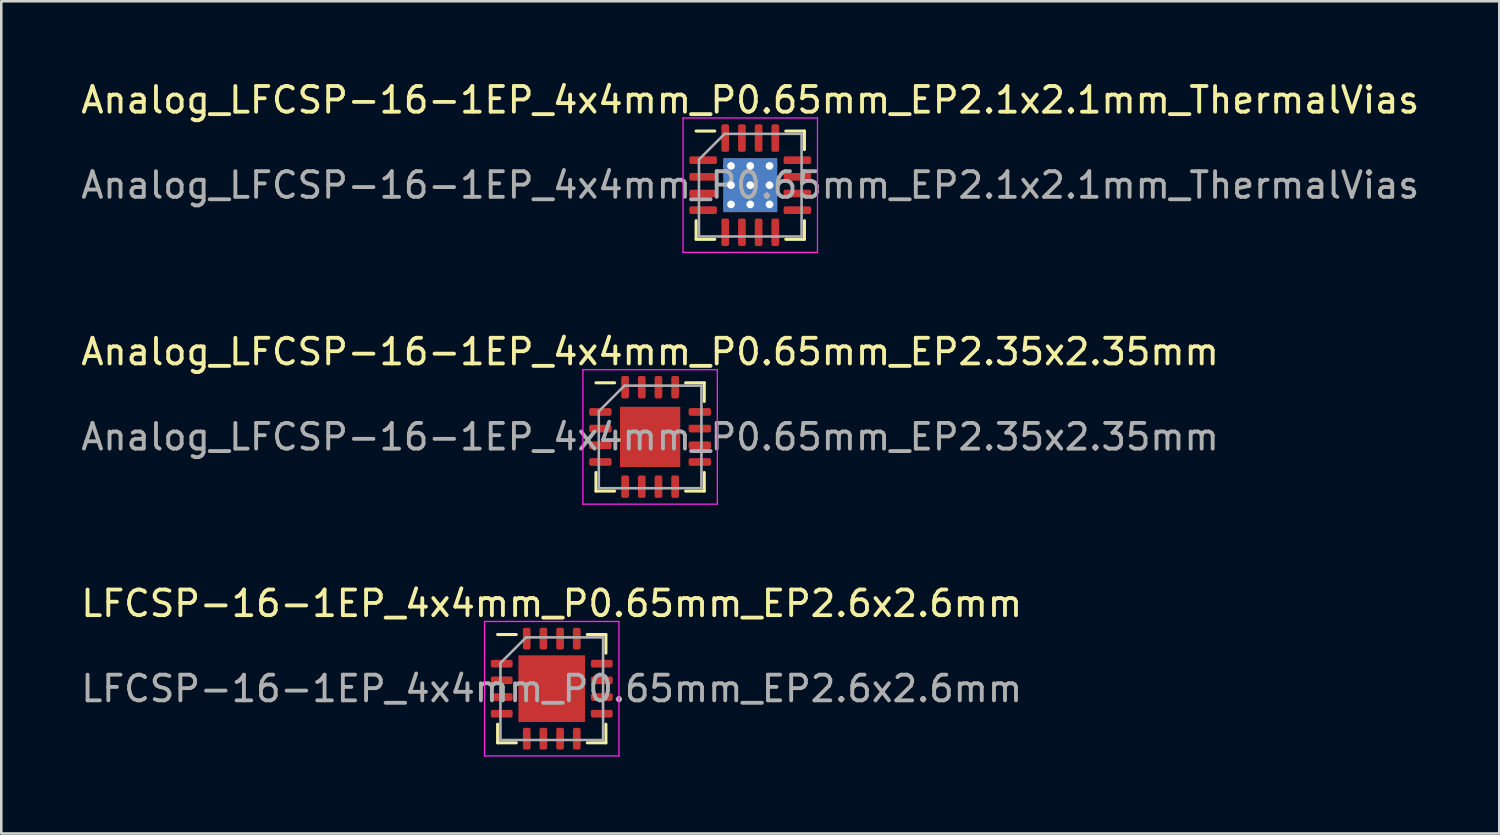
<source format=kicad_pcb>
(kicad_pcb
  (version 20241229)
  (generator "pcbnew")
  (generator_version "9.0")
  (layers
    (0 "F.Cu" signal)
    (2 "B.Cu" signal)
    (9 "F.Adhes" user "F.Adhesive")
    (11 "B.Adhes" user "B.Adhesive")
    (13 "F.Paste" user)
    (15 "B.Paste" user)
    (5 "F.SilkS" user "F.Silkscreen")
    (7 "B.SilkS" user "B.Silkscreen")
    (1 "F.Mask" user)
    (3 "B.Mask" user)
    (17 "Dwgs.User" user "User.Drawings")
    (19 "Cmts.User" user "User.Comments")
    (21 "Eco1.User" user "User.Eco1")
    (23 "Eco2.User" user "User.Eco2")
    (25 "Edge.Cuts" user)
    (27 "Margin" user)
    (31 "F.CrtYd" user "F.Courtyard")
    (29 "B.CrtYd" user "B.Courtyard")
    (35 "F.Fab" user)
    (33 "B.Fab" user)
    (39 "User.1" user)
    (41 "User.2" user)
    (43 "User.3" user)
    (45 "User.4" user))
  (footprint "Analog_LFCSP-16-1EP_4x4mm_P0.65mm_EP2.1x2.1mm_ThermalVias"
    (layer "F.Cu")
    (at 26.196 4.168)
    (property "Reference" "Analog_LFCSP-16-1EP_4x4mm_P0.65mm_EP2.1x2.1mm_ThermalVias" (at 0 -3.32 0) (layer "F.SilkS") (effects (font (size 1 1) (thickness 0.15))))
    (attr smd)
    (fp_line (start -2.11 2.11) (end -2.11 1.385) (stroke (width 0.12) (type solid)) (layer "F.SilkS"))
    (fp_line (start -1.385 -2.11) (end -2.11 -2.11) (stroke (width 0.12) (type solid)) (layer "F.SilkS"))
    (fp_line (start -1.385 2.11) (end -2.11 2.11) (stroke (width 0.12) (type solid)) (layer "F.SilkS"))
    (fp_line (start 1.385 -2.11) (end 2.11 -2.11) (stroke (width 0.12) (type solid)) (layer "F.SilkS"))
    (fp_line (start 1.385 2.11) (end 2.11 2.11) (stroke (width 0.12) (type solid)) (layer "F.SilkS"))
    (fp_line (start 2.11 -2.11) (end 2.11 -1.385) (stroke (width 0.12) (type solid)) (layer "F.SilkS"))
    (fp_line (start 2.11 2.11) (end 2.11 1.385) (stroke (width 0.12) (type solid)) (layer "F.SilkS"))
    (fp_line (start -2.62 -2.62) (end -2.62 2.62) (stroke (width 0.05) (type solid)) (layer "F.CrtYd"))
    (fp_line (start -2.62 2.62) (end 2.62 2.62) (stroke (width 0.05) (type solid)) (layer "F.CrtYd"))
    (fp_line (start 2.62 -2.62) (end -2.62 -2.62) (stroke (width 0.05) (type solid)) (layer "F.CrtYd"))
    (fp_line (start 2.62 2.62) (end 2.62 -2.62) (stroke (width 0.05) (type solid)) (layer "F.CrtYd"))
    (fp_line (start -2 -1) (end -1 -2) (stroke (width 0.1) (type solid)) (layer "F.Fab"))
    (fp_line (start -2 2) (end -2 -1) (stroke (width 0.1) (type solid)) (layer "F.Fab"))
    (fp_line (start -1 -2) (end 2 -2) (stroke (width 0.1) (type solid)) (layer "F.Fab"))
    (fp_line (start 2 -2) (end 2 2) (stroke (width 0.1) (type solid)) (layer "F.Fab"))
    (fp_line (start 2 2) (end -2 2) (stroke (width 0.1) (type solid)) (layer "F.Fab"))
    (fp_text user "${REFERENCE}" (at 0 0 0) (layer "F.Fab") (effects (font (size 1 1) (thickness 0.15))))
    (pad "" smd roundrect (at -0.525 -0.525) (size 0.91 0.91) (layers "F.Paste") (roundrect_rratio 0.25))
    (pad "" smd roundrect (at -0.525 0.525) (size 0.91 0.91) (layers "F.Paste") (roundrect_rratio 0.25))
    (pad "" smd roundrect (at 0.525 -0.525) (size 0.91 0.91) (layers "F.Paste") (roundrect_rratio 0.25))
    (pad "" smd roundrect (at 0.525 0.525) (size 0.91 0.91) (layers "F.Paste") (roundrect_rratio 0.25))
    (pad "1" smd roundrect (at -1.837 -0.975) (size 1.075 0.3) (layers "F.Cu" "F.Mask" "F.Paste") (roundrect_rratio 0.25))
    (pad "2" smd roundrect (at -1.837 -0.325) (size 1.075 0.3) (layers "F.Cu" "F.Mask" "F.Paste") (roundrect_rratio 0.25))
    (pad "3" smd roundrect (at -1.837 0.325) (size 1.075 0.3) (layers "F.Cu" "F.Mask" "F.Paste") (roundrect_rratio 0.25))
    (pad "4" smd roundrect (at -1.837 0.975) (size 1.075 0.3) (layers "F.Cu" "F.Mask" "F.Paste") (roundrect_rratio 0.25))
    (pad "5" smd roundrect (at -0.975 1.837) (size 0.3 1.075) (layers "F.Cu" "F.Mask" "F.Paste") (roundrect_rratio 0.25))
    (pad "6" smd roundrect (at -0.325 1.837) (size 0.3 1.075) (layers "F.Cu" "F.Mask" "F.Paste") (roundrect_rratio 0.25))
    (pad "7" smd roundrect (at 0.325 1.837) (size 0.3 1.075) (layers "F.Cu" "F.Mask" "F.Paste") (roundrect_rratio 0.25))
    (pad "8" smd roundrect (at 0.975 1.837) (size 0.3 1.075) (layers "F.Cu" "F.Mask" "F.Paste") (roundrect_rratio 0.25))
    (pad "9" smd roundrect (at 1.837 0.975) (size 1.075 0.3) (layers "F.Cu" "F.Mask" "F.Paste") (roundrect_rratio 0.25))
    (pad "10" smd roundrect (at 1.837 0.325) (size 1.075 0.3) (layers "F.Cu" "F.Mask" "F.Paste") (roundrect_rratio 0.25))
    (pad "11" smd roundrect (at 1.837 -0.325) (size 1.075 0.3) (layers "F.Cu" "F.Mask" "F.Paste") (roundrect_rratio 0.25))
    (pad "12" smd roundrect (at 1.837 -0.975) (size 1.075 0.3) (layers "F.Cu" "F.Mask" "F.Paste") (roundrect_rratio 0.25))
    (pad "13" smd roundrect (at 0.975 -1.837) (size 0.3 1.075) (layers "F.Cu" "F.Mask" "F.Paste") (roundrect_rratio 0.25))
    (pad "14" smd roundrect (at 0.325 -1.837) (size 0.3 1.075) (layers "F.Cu" "F.Mask" "F.Paste") (roundrect_rratio 0.25))
    (pad "15" smd roundrect (at -0.325 -1.837) (size 0.3 1.075) (layers "F.Cu" "F.Mask" "F.Paste") (roundrect_rratio 0.25))
    (pad "16" smd roundrect (at -0.975 -1.837) (size 0.3 1.075) (layers "F.Cu" "F.Mask" "F.Paste") (roundrect_rratio 0.25))
    (pad "17" thru_hole circle (at -0.75 -0.75) (size 0.6 0.6) (drill 0.3) (layers "*.Cu"))
    (pad "17" thru_hole circle (at -0.75 0) (size 0.6 0.6) (drill 0.3) (layers "*.Cu"))
    (pad "17" thru_hole circle (at -0.75 0.75) (size 0.6 0.6) (drill 0.3) (layers "*.Cu"))
    (pad "17" thru_hole circle (at 0 -0.75) (size 0.6 0.6) (drill 0.3) (layers "*.Cu"))
    (pad "17" thru_hole circle (at 0 0) (size 0.6 0.6) (drill 0.3) (layers "*.Cu"))
    (pad "17" smd rect (at 0 0) (size 2.1 2.1) (layers "F.Cu" "F.Mask"))
    (pad "17" smd rect (at 0 0) (size 2.1 2.1) (layers "B.Cu"))
    (pad "17" thru_hole circle (at 0 0.75) (size 0.6 0.6) (drill 0.3) (layers "*.Cu"))
    (pad "17" thru_hole circle (at 0.75 -0.75) (size 0.6 0.6) (drill 0.3) (layers "*.Cu"))
    (pad "17" thru_hole circle (at 0.75 0) (size 0.6 0.6) (drill 0.3) (layers "*.Cu"))
    (pad "17" thru_hole circle (at 0.75 0.75) (size 0.6 0.6) (drill 0.3) (layers "*.Cu")))
  (footprint "LFCSP-16-1EP_4x4mm_P0.65mm_EP2.6x2.6mm"
    (layer "F.Cu")
    (at 18.458 23.795)
    (property "Reference" "LFCSP-16-1EP_4x4mm_P0.65mm_EP2.6x2.6mm" (at 0 -3.32 0) (layer "F.SilkS") (effects (font (size 1 1) (thickness 0.15))))
    (attr smd)
    (fp_line (start -2.11 2.11) (end -2.11 1.385) (stroke (width 0.12) (type solid)) (layer "F.SilkS"))
    (fp_line (start -1.385 -2.11) (end -2.11 -2.11) (stroke (width 0.12) (type solid)) (layer "F.SilkS"))
    (fp_line (start -1.385 2.11) (end -2.11 2.11) (stroke (width 0.12) (type solid)) (layer "F.SilkS"))
    (fp_line (start 1.385 -2.11) (end 2.11 -2.11) (stroke (width 0.12) (type solid)) (layer "F.SilkS"))
    (fp_line (start 1.385 2.11) (end 2.11 2.11) (stroke (width 0.12) (type solid)) (layer "F.SilkS"))
    (fp_line (start 2.11 -2.11) (end 2.11 -1.385) (stroke (width 0.12) (type solid)) (layer "F.SilkS"))
    (fp_line (start 2.11 2.11) (end 2.11 1.385) (stroke (width 0.12) (type solid)) (layer "F.SilkS"))
    (fp_line (start -2.62 -2.62) (end -2.62 2.62) (stroke (width 0.05) (type solid)) (layer "F.CrtYd"))
    (fp_line (start -2.62 2.62) (end 2.62 2.62) (stroke (width 0.05) (type solid)) (layer "F.CrtYd"))
    (fp_line (start 2.62 -2.62) (end -2.62 -2.62) (stroke (width 0.05) (type solid)) (layer "F.CrtYd"))
    (fp_line (start 2.62 2.62) (end 2.62 -2.62) (stroke (width 0.05) (type solid)) (layer "F.CrtYd"))
    (fp_line (start -2 -1) (end -1 -2) (stroke (width 0.1) (type solid)) (layer "F.Fab"))
    (fp_line (start -2 2) (end -2 -1) (stroke (width 0.1) (type solid)) (layer "F.Fab"))
    (fp_line (start -1 -2) (end 2 -2) (stroke (width 0.1) (type solid)) (layer "F.Fab"))
    (fp_line (start 2 -2) (end 2 2) (stroke (width 0.1) (type solid)) (layer "F.Fab"))
    (fp_line (start 2 2) (end -2 2) (stroke (width 0.1) (type solid)) (layer "F.Fab"))
    (fp_text user "${REFERENCE}" (at 0 0 0) (layer "F.Fab") (effects (font (size 1 1) (thickness 0.15))))
    (pad "" smd roundrect (at -0.65 -0.65) (size 1.05 1.05) (layers "F.Paste") (roundrect_rratio 0.238))
    (pad "" smd roundrect (at -0.65 0.65) (size 1.05 1.05) (layers "F.Paste") (roundrect_rratio 0.238))
    (pad "" smd roundrect (at 0.65 -0.65) (size 1.05 1.05) (layers "F.Paste") (roundrect_rratio 0.238))
    (pad "" smd roundrect (at 0.65 0.65) (size 1.05 1.05) (layers "F.Paste") (roundrect_rratio 0.238))
    (pad "1" smd roundrect (at -1.95 -0.975) (size 0.85 0.3) (layers "F.Cu" "F.Mask" "F.Paste") (roundrect_rratio 0.25))
    (pad "2" smd roundrect (at -1.95 -0.325) (size 0.85 0.3) (layers "F.Cu" "F.Mask" "F.Paste") (roundrect_rratio 0.25))
    (pad "3" smd roundrect (at -1.95 0.325) (size 0.85 0.3) (layers "F.Cu" "F.Mask" "F.Paste") (roundrect_rratio 0.25))
    (pad "4" smd roundrect (at -1.95 0.975) (size 0.85 0.3) (layers "F.Cu" "F.Mask" "F.Paste") (roundrect_rratio 0.25))
    (pad "5" smd roundrect (at -0.975 1.95) (size 0.3 0.85) (layers "F.Cu" "F.Mask" "F.Paste") (roundrect_rratio 0.25))
    (pad "6" smd roundrect (at -0.325 1.95) (size 0.3 0.85) (layers "F.Cu" "F.Mask" "F.Paste") (roundrect_rratio 0.25))
    (pad "7" smd roundrect (at 0.325 1.95) (size 0.3 0.85) (layers "F.Cu" "F.Mask" "F.Paste") (roundrect_rratio 0.25))
    (pad "8" smd roundrect (at 0.975 1.95) (size 0.3 0.85) (layers "F.Cu" "F.Mask" "F.Paste") (roundrect_rratio 0.25))
    (pad "9" smd roundrect (at 1.95 0.975) (size 0.85 0.3) (layers "F.Cu" "F.Mask" "F.Paste") (roundrect_rratio 0.25))
    (pad "10" smd roundrect (at 1.95 0.325) (size 0.85 0.3) (layers "F.Cu" "F.Mask" "F.Paste") (roundrect_rratio 0.25))
    (pad "11" smd roundrect (at 1.95 -0.325) (size 0.85 0.3) (layers "F.Cu" "F.Mask" "F.Paste") (roundrect_rratio 0.25))
    (pad "12" smd roundrect (at 1.95 -0.975) (size 0.85 0.3) (layers "F.Cu" "F.Mask" "F.Paste") (roundrect_rratio 0.25))
    (pad "13" smd roundrect (at 0.975 -1.95) (size 0.3 0.85) (layers "F.Cu" "F.Mask" "F.Paste") (roundrect_rratio 0.25))
    (pad "14" smd roundrect (at 0.325 -1.95) (size 0.3 0.85) (layers "F.Cu" "F.Mask" "F.Paste") (roundrect_rratio 0.25))
    (pad "15" smd roundrect (at -0.325 -1.95) (size 0.3 0.85) (layers "F.Cu" "F.Mask" "F.Paste") (roundrect_rratio 0.25))
    (pad "16" smd roundrect (at -0.975 -1.95) (size 0.3 0.85) (layers "F.Cu" "F.Mask" "F.Paste") (roundrect_rratio 0.25))
    (pad "17" smd rect (at 0 0) (size 2.6 2.6) (layers "F.Cu" "F.Mask")))
  (footprint "Analog_LFCSP-16-1EP_4x4mm_P0.65mm_EP2.35x2.35mm"
    (layer "F.Cu")
    (at 22.292 13.982)
    (property "Reference" "Analog_LFCSP-16-1EP_4x4mm_P0.65mm_EP2.35x2.35mm" (at 0 -3.32 0) (layer "F.SilkS") (effects (font (size 1 1) (thickness 0.15))))
    (attr smd)
    (fp_line (start -2.11 2.11) (end -2.11 1.385) (stroke (width 0.12) (type solid)) (layer "F.SilkS"))
    (fp_line (start -1.385 -2.11) (end -2.11 -2.11) (stroke (width 0.12) (type solid)) (layer "F.SilkS"))
    (fp_line (start -1.385 2.11) (end -2.11 2.11) (stroke (width 0.12) (type solid)) (layer "F.SilkS"))
    (fp_line (start 1.385 -2.11) (end 2.11 -2.11) (stroke (width 0.12) (type solid)) (layer "F.SilkS"))
    (fp_line (start 1.385 2.11) (end 2.11 2.11) (stroke (width 0.12) (type solid)) (layer "F.SilkS"))
    (fp_line (start 2.11 -2.11) (end 2.11 -1.385) (stroke (width 0.12) (type solid)) (layer "F.SilkS"))
    (fp_line (start 2.11 2.11) (end 2.11 1.385) (stroke (width 0.12) (type solid)) (layer "F.SilkS"))
    (fp_line (start -2.62 -2.62) (end -2.62 2.62) (stroke (width 0.05) (type solid)) (layer "F.CrtYd"))
    (fp_line (start -2.62 2.62) (end 2.62 2.62) (stroke (width 0.05) (type solid)) (layer "F.CrtYd"))
    (fp_line (start 2.62 -2.62) (end -2.62 -2.62) (stroke (width 0.05) (type solid)) (layer "F.CrtYd"))
    (fp_line (start 2.62 2.62) (end 2.62 -2.62) (stroke (width 0.05) (type solid)) (layer "F.CrtYd"))
    (fp_line (start -2 -1) (end -1 -2) (stroke (width 0.1) (type solid)) (layer "F.Fab"))
    (fp_line (start -2 2) (end -2 -1) (stroke (width 0.1) (type solid)) (layer "F.Fab"))
    (fp_line (start -1 -2) (end 2 -2) (stroke (width 0.1) (type solid)) (layer "F.Fab"))
    (fp_line (start 2 -2) (end 2 2) (stroke (width 0.1) (type solid)) (layer "F.Fab"))
    (fp_line (start 2 2) (end -2 2) (stroke (width 0.1) (type solid)) (layer "F.Fab"))
    (fp_text user "${REFERENCE}" (at 0 0 0) (layer "F.Fab") (effects (font (size 1 1) (thickness 0.15))))
    (pad "" smd roundrect (at -0.59 -0.59) (size 0.95 0.95) (layers "F.Paste") (roundrect_rratio 0.25))
    (pad "" smd roundrect (at -0.59 0.59) (size 0.95 0.95) (layers "F.Paste") (roundrect_rratio 0.25))
    (pad "" smd roundrect (at 0.59 -0.59) (size 0.95 0.95) (layers "F.Paste") (roundrect_rratio 0.25))
    (pad "" smd roundrect (at 0.59 0.59) (size 0.95 0.95) (layers "F.Paste") (roundrect_rratio 0.25))
    (pad "1" smd roundrect (at -1.938 -0.975) (size 0.875 0.3) (layers "F.Cu" "F.Mask" "F.Paste") (roundrect_rratio 0.25))
    (pad "2" smd roundrect (at -1.938 -0.325) (size 0.875 0.3) (layers "F.Cu" "F.Mask" "F.Paste") (roundrect_rratio 0.25))
    (pad "3" smd roundrect (at -1.938 0.325) (size 0.875 0.3) (layers "F.Cu" "F.Mask" "F.Paste") (roundrect_rratio 0.25))
    (pad "4" smd roundrect (at -1.938 0.975) (size 0.875 0.3) (layers "F.Cu" "F.Mask" "F.Paste") (roundrect_rratio 0.25))
    (pad "5" smd roundrect (at -0.975 1.938) (size 0.3 0.875) (layers "F.Cu" "F.Mask" "F.Paste") (roundrect_rratio 0.25))
    (pad "6" smd roundrect (at -0.325 1.938) (size 0.3 0.875) (layers "F.Cu" "F.Mask" "F.Paste") (roundrect_rratio 0.25))
    (pad "7" smd roundrect (at 0.325 1.938) (size 0.3 0.875) (layers "F.Cu" "F.Mask" "F.Paste") (roundrect_rratio 0.25))
    (pad "8" smd roundrect (at 0.975 1.938) (size 0.3 0.875) (layers "F.Cu" "F.Mask" "F.Paste") (roundrect_rratio 0.25))
    (pad "9" smd roundrect (at 1.938 0.975) (size 0.875 0.3) (layers "F.Cu" "F.Mask" "F.Paste") (roundrect_rratio 0.25))
    (pad "10" smd roundrect (at 1.938 0.325) (size 0.875 0.3) (layers "F.Cu" "F.Mask" "F.Paste") (roundrect_rratio 0.25))
    (pad "11" smd roundrect (at 1.938 -0.325) (size 0.875 0.3) (layers "F.Cu" "F.Mask" "F.Paste") (roundrect_rratio 0.25))
    (pad "12" smd roundrect (at 1.938 -0.975) (size 0.875 0.3) (layers "F.Cu" "F.Mask" "F.Paste") (roundrect_rratio 0.25))
    (pad "13" smd roundrect (at 0.975 -1.938) (size 0.3 0.875) (layers "F.Cu" "F.Mask" "F.Paste") (roundrect_rratio 0.25))
    (pad "14" smd roundrect (at 0.325 -1.938) (size 0.3 0.875) (layers "F.Cu" "F.Mask" "F.Paste") (roundrect_rratio 0.25))
    (pad "15" smd roundrect (at -0.325 -1.938) (size 0.3 0.875) (layers "F.Cu" "F.Mask" "F.Paste") (roundrect_rratio 0.25))
    (pad "16" smd roundrect (at -0.975 -1.938) (size 0.3 0.875) (layers "F.Cu" "F.Mask" "F.Paste") (roundrect_rratio 0.25))
    (pad "17" smd rect (at 0 0) (size 2.35 2.35) (layers "F.Cu" "F.Mask")))
  (gr_rect
    (start -3 -3)
    (end 55.393 29.44)
    (stroke (width 0.1) (type default))
    (fill no)
    (layer "Edge.Cuts")))
</source>
